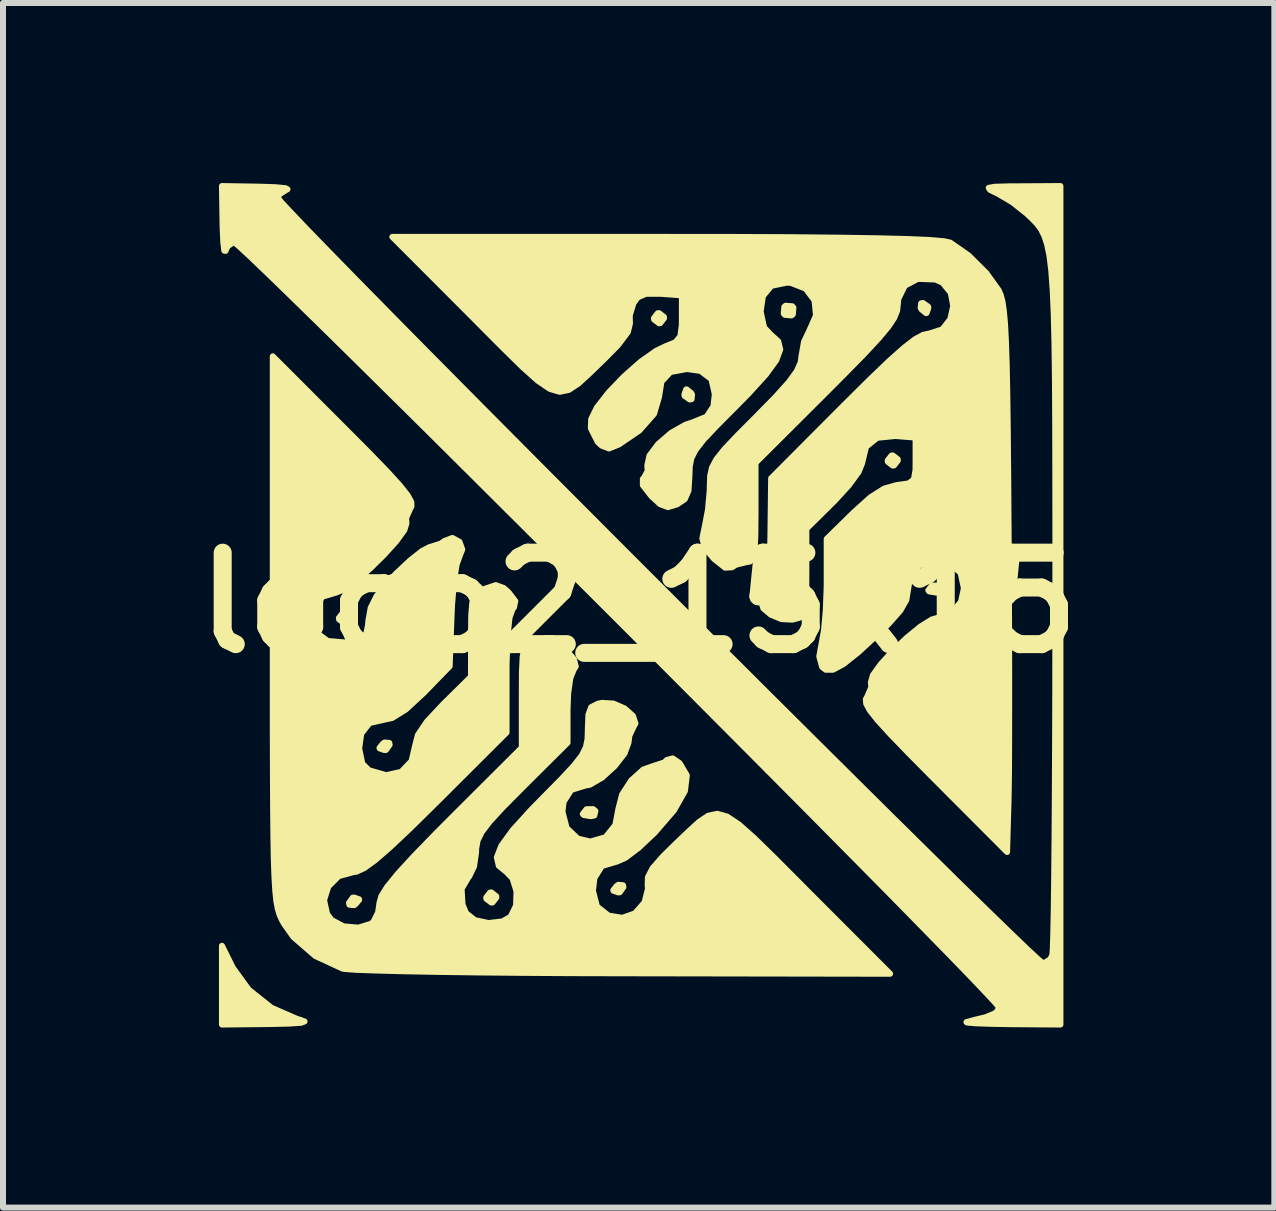
<source format=kicad_pcb>
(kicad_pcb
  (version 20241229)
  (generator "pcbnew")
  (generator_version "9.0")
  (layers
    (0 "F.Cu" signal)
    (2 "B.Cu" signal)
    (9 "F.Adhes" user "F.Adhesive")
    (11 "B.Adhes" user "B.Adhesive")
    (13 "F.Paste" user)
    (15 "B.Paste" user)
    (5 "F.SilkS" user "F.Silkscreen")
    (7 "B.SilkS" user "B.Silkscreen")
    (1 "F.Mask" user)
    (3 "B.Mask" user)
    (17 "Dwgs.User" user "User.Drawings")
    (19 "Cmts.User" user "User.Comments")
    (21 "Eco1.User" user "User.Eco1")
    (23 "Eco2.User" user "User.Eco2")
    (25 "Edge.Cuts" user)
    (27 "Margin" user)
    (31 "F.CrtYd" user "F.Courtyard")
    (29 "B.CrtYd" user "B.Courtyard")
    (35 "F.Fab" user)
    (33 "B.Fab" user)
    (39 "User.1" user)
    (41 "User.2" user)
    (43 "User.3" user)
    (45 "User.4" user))
  (footprint "logo2_15x15"
    (layer "F.Cu")
    (at 7.591 6.993)
    (property "Reference" "logo2_15x15" (at 0 0 0) (layer "F.SilkS") (effects (font (size 1.524 1.524) (thickness 0.3))))
    (attr through_hole)
    (fp_poly (pts (xy -0.721 3.47) (xy -0.739 3.544) (xy -0.799 3.556) (xy -0.915 3.536) (xy -0.931 3.519) (xy -0.869 3.44) (xy -0.758 3.438) (xy -0.721 3.47)) (stroke (width 0.1) (type solid)) (fill yes) (layer "F.SilkS"))
    (fp_poly (pts (xy 5.037 -0.255) (xy 5.018 -0.182) (xy 4.958 -0.169) (xy 4.842 -0.189) (xy 4.826 -0.207) (xy 4.888 -0.286) (xy 5 -0.287) (xy 5.037 -0.255)) (stroke (width 0.1) (type solid)) (fill yes) (layer "F.SilkS"))
    (fp_poly (pts (xy -4.826 0.254) (xy -4.89 0.336) (xy -4.911 0.339) (xy -4.993 0.274) (xy -4.995 0.254) (xy -4.931 0.172) (xy -4.911 0.169) (xy -4.828 0.234) (xy -4.826 0.254)) (stroke (width 0.1) (type solid)) (fill yes) (layer "F.SilkS"))
    (fp_poly (pts (xy -4.657 4.948) (xy -4.716 5.02) (xy -4.741 5.038) (xy -4.819 5.031) (xy -4.826 5) (xy -4.765 4.914) (xy -4.741 4.911) (xy -4.659 4.94) (xy -4.657 4.948)) (stroke (width 0.1) (type solid)) (fill yes) (layer "F.SilkS"))
    (fp_poly (pts (xy -4.149 2.366) (xy -4.21 2.452) (xy -4.233 2.455) (xy -4.316 2.426) (xy -4.318 2.418) (xy -4.259 2.346) (xy -4.233 2.328) (xy -4.155 2.335) (xy -4.149 2.366)) (stroke (width 0.1) (type solid)) (fill yes) (layer "F.SilkS"))
    (fp_poly (pts (xy -2.371 4.911) (xy -2.435 4.993) (xy -2.455 4.995) (xy -2.538 4.931) (xy -2.54 4.911) (xy -2.476 4.828) (xy -2.455 4.826) (xy -2.373 4.89) (xy -2.371 4.911)) (stroke (width 0.1) (type solid)) (fill yes) (layer "F.SilkS"))
    (fp_poly (pts (xy -0.254 4.736) (xy -0.315 4.823) (xy -0.339 4.826) (xy -0.421 4.797) (xy -0.423 4.789) (xy -0.364 4.716) (xy -0.339 4.699) (xy -0.261 4.706) (xy -0.254 4.736)) (stroke (width 0.1) (type solid)) (fill yes) (layer "F.SilkS"))
    (fp_poly (pts (xy 0.423 -4.741) (xy 0.359 -4.659) (xy 0.339 -4.657) (xy 0.256 -4.721) (xy 0.254 -4.741) (xy 0.318 -4.824) (xy 0.339 -4.826) (xy 0.421 -4.762) (xy 0.423 -4.741)) (stroke (width 0.1) (type solid)) (fill yes) (layer "F.SilkS"))
    (fp_poly (pts (xy 0.889 -3.471) (xy 0.882 -3.393) (xy 0.852 -3.387) (xy 0.765 -3.448) (xy 0.762 -3.471) (xy 0.791 -3.554) (xy 0.799 -3.556) (xy 0.872 -3.497) (xy 0.889 -3.471)) (stroke (width 0.1) (type solid)) (fill yes) (layer "F.SilkS"))
    (fp_poly (pts (xy 2.578 -4.918) (xy 2.569 -4.807) (xy 2.547 -4.788) (xy 2.437 -4.797) (xy 2.417 -4.819) (xy 2.426 -4.929) (xy 2.448 -4.949) (xy 2.559 -4.94) (xy 2.578 -4.918)) (stroke (width 0.1) (type solid)) (fill yes) (layer "F.SilkS"))
    (fp_poly (pts (xy 4.318 -2.371) (xy 4.254 -2.288) (xy 4.233 -2.286) (xy 4.151 -2.35) (xy 4.149 -2.371) (xy 4.213 -2.453) (xy 4.233 -2.455) (xy 4.316 -2.391) (xy 4.318 -2.371)) (stroke (width 0.1) (type solid)) (fill yes) (layer "F.SilkS"))
    (fp_poly (pts (xy 4.826 -4.911) (xy 4.797 -4.828) (xy 4.789 -4.826) (xy 4.716 -4.885) (xy 4.699 -4.911) (xy 4.706 -4.989) (xy 4.736 -4.995) (xy 4.823 -4.934) (xy 4.826 -4.911)) (stroke (width 0.1) (type solid)) (fill yes) (layer "F.SilkS"))
    (fp_poly (pts (xy -5.567 6.976) (xy -5.626 6.998) (xy -5.838 7.012) (xy -6.16 7.019) (xy -6.943 7.027) (xy -6.943 6.371) (xy -6.943 5.715) (xy -6.761 6.082) (xy -6.496 6.447) (xy -6.121 6.746) (xy -5.692 6.934) (xy -5.653 6.944) (xy -5.567 6.976)) (stroke (width 0.1) (type solid)) (fill yes) (layer "F.SilkS"))
    (fp_poly (pts (xy 7.027 7.027) (xy 6.202 7.021) (xy 5.863 7.015) (xy 5.609 7.006) (xy 5.472 6.994) (xy 5.461 6.986) (xy 5.602 6.948) (xy 5.779 6.906) (xy 5.947 6.836) (xy 6.011 6.75) (xy 5.953 6.676) (xy 5.783 6.493) (xy 5.513 6.209) (xy 5.15 5.835) (xy 4.706 5.381) (xy 4.189 4.854) (xy 3.608 4.266) (xy 2.975 3.626) (xy 2.297 2.943) (xy 1.584 2.226) (xy 0.847 1.486) (xy 0.095 0.732) (xy -0.664 -0.027) (xy -1.418 -0.78) (xy -2.16 -1.519) (xy -2.878 -2.234) (xy -3.564 -2.916) (xy -4.209 -3.554) (xy -4.802 -4.14) (xy -5.334 -4.663) (xy -5.795 -5.114) (xy -6.176 -5.484) (xy -6.468 -5.764) (xy -6.66 -5.942) (xy -6.744 -6.011) (xy -6.746 -6.011) (xy -6.849 -5.941) (xy -6.884 -5.863) (xy -6.904 -5.867) (xy -6.921 -6.01) (xy -6.932 -6.264) (xy -6.933 -6.329) (xy -6.943 -6.943) (xy -6.329 -6.933) (xy -6.056 -6.924) (xy -5.886 -6.908) (xy -5.851 -6.889) (xy -5.863 -6.884) (xy -5.989 -6.804) (xy -6.011 -6.746) (xy -5.953 -6.672) (xy -5.783 -6.49) (xy -5.513 -6.207) (xy -5.15 -5.833) (xy -4.706 -5.379) (xy -4.189 -4.853) (xy -3.609 -4.265) (xy -2.975 -3.625) (xy -2.297 -2.942) (xy -1.585 -2.226) (xy -0.848 -1.487) (xy -0.096 -0.733) (xy 0.663 0.026) (xy 1.417 0.779) (xy 2.158 1.518) (xy 2.877 2.233) (xy 3.563 2.914) (xy 4.207 3.553) (xy 4.8 4.138) (xy 5.331 4.662) (xy 5.793 5.113) (xy 6.174 5.483) (xy 6.465 5.763) (xy 6.658 5.942) (xy 6.741 6.011) (xy 6.743 6.011) (xy 6.854 5.943) (xy 6.891 5.877) (xy 6.9 5.772) (xy 6.908 5.511) (xy 6.916 5.11) (xy 6.923 4.582) (xy 6.929 3.941) (xy 6.934 3.203) (xy 6.938 2.38) (xy 6.941 1.488) (xy 6.942 0.54) (xy 6.943 0.033) (xy 6.943 -1.125) (xy 6.942 -2.127) (xy 6.94 -2.983) (xy 6.936 -3.707) (xy 6.928 -4.312) (xy 6.916 -4.809) (xy 6.898 -5.211) (xy 6.875 -5.53) (xy 6.845 -5.778) (xy 6.806 -5.969) (xy 6.759 -6.114) (xy 6.703 -6.225) (xy 6.635 -6.316) (xy 6.556 -6.398) (xy 6.465 -6.484) (xy 6.46 -6.488) (xy 6.227 -6.673) (xy 5.983 -6.817) (xy 5.969 -6.823) (xy 5.853 -6.88) (xy 5.833 -6.913) (xy 5.929 -6.931) (xy 6.161 -6.938) (xy 6.371 -6.939) (xy 7.027 -6.943) (xy 7.027 0.042) (xy 7.027 7.027)) (stroke (width 0.1) (type solid)) (fill yes) (layer "F.SilkS"))
    (fp_poly (pts (xy 4.189 6.181) (xy -0.255 6.173) (xy -1.114 6.171) (xy -1.927 6.166) (xy -2.677 6.159) (xy -3.348 6.15) (xy -3.923 6.139) (xy -4.384 6.127) (xy -4.717 6.115) (xy -4.902 6.101) (xy -4.931 6.096) (xy -5.386 5.886) (xy -5.753 5.568) (xy -5.909 5.348) (xy -5.95 5.273) (xy -5.984 5.195) (xy -6.012 5.101) (xy -6.036 4.976) (xy -6.054 4.806) (xy -6.068 4.576) (xy -6.079 4.273) (xy -6.086 3.881) (xy -6.091 3.387) (xy -6.094 2.776) (xy -6.096 2.034) (xy -6.096 1.147) (xy -6.096 0.455) (xy -6.096 -4.106) (xy -4.896 -2.905) (xy -4.483 -2.49) (xy -4.18 -2.176) (xy -3.972 -1.947) (xy -3.846 -1.786) (xy -3.788 -1.678) (xy -3.786 -1.605) (xy -3.804 -1.573) (xy -3.875 -1.412) (xy -3.869 -1.325) (xy -3.904 -1.21) (xy -4.039 -1.024) (xy -4.241 -0.8) (xy -4.476 -0.569) (xy -4.711 -0.365) (xy -4.913 -0.221) (xy -5.044 -0.169) (xy -5.273 -0.1) (xy -5.399 0.098) (xy -5.419 0.261) (xy -5.36 0.505) (xy -5.18 0.637) (xy -4.871 0.663) (xy -4.853 0.662) (xy -4.645 0.633) (xy -4.548 0.558) (xy -4.511 0.384) (xy -4.503 0.296) (xy -4.465 0.085) (xy -4.367 -0.111) (xy -4.181 -0.34) (xy -4.041 -0.487) (xy -3.81 -0.704) (xy -3.609 -0.863) (xy -3.478 -0.931) (xy -3.47 -0.931) (xy -3.292 -0.988) (xy -3.238 -1.029) (xy -3.104 -1.08) (xy -2.986 -1.016) (xy -2.939 -0.889) (xy -2.981 -0.783) (xy -3.033 -0.638) (xy -3.077 -0.357) (xy -3.109 0.028) (xy -3.117 0.2) (xy -3.149 1.058) (xy -3.582 1.503) (xy -3.879 1.778) (xy -4.108 1.92) (xy -4.235 1.947) (xy -4.485 2.004) (xy -4.622 2.18) (xy -4.657 2.427) (xy -4.604 2.681) (xy -4.493 2.791) (xy -4.204 2.873) (xy -3.955 2.816) (xy -3.784 2.638) (xy -3.725 2.383) (xy -3.679 2.204) (xy -3.529 1.981) (xy -3.26 1.693) (xy -2.794 1.233) (xy -2.793 0.553) (xy -2.79 0.214) (xy -2.773 0.004) (xy -2.73 -0.117) (xy -2.651 -0.189) (xy -2.563 -0.233) (xy -2.381 -0.294) (xy -2.248 -0.246) (xy -2.165 -0.171) (xy -2.056 -0.028) (xy -2.078 0.078) (xy -2.099 0.101) (xy -2.152 0.247) (xy -2.186 0.561) (xy -2.201 1.043) (xy -2.201 1.182) (xy -2.201 2.161) (xy -3.367 3.324) (xy -3.802 3.753) (xy -4.138 4.07) (xy -4.39 4.289) (xy -4.573 4.421) (xy -4.703 4.481) (xy -4.75 4.487) (xy -4.999 4.555) (xy -5.17 4.727) (xy -5.242 4.954) (xy -5.191 5.186) (xy -5.116 5.286) (xy -4.918 5.391) (xy -4.67 5.413) (xy -4.458 5.348) (xy -4.42 5.317) (xy -4.341 5.158) (xy -4.318 4.998) (xy -4.288 4.889) (xy -4.191 4.734) (xy -4.014 4.516) (xy -3.744 4.221) (xy -3.368 3.834) (xy -3.133 3.598) (xy -1.947 2.415) (xy -1.947 1.546) (xy -1.945 1.153) (xy -1.933 0.9) (xy -1.907 0.756) (xy -1.861 0.691) (xy -1.795 0.677) (xy -1.618 0.633) (xy -1.557 0.592) (xy -1.442 0.587) (xy -1.257 0.732) (xy -1.228 0.762) (xy -1.077 0.943) (xy -1.048 1.06) (xy -1.084 1.118) (xy -1.139 1.256) (xy -1.175 1.512) (xy -1.185 1.776) (xy -1.185 2.332) (xy -1.947 3.09) (xy -2.267 3.413) (xy -2.483 3.648) (xy -2.615 3.821) (xy -2.684 3.962) (xy -2.708 4.097) (xy -2.709 4.158) (xy -2.743 4.394) (xy -2.824 4.561) (xy -2.836 4.572) (xy -2.95 4.767) (xy -2.935 5.027) (xy -2.876 5.17) (xy -2.73 5.287) (xy -2.503 5.336) (xy -2.27 5.309) (xy -2.134 5.232) (xy -2.043 5.046) (xy -2.035 4.807) (xy -2.103 4.59) (xy -2.201 4.487) (xy -2.331 4.381) (xy -2.363 4.241) (xy -2.289 4.05) (xy -2.102 3.792) (xy -1.794 3.452) (xy -1.606 3.26) (xy -1.292 2.942) (xy -1.08 2.714) (xy -0.948 2.545) (xy -0.879 2.406) (xy -0.851 2.267) (xy -0.847 2.105) (xy -0.837 1.863) (xy -0.791 1.739) (xy -0.681 1.683) (xy -0.614 1.668) (xy -0.42 1.679) (xy -0.232 1.762) (xy -0.095 1.884) (xy -0.054 2.01) (xy -0.084 2.065) (xy -0.155 2.215) (xy -0.169 2.329) (xy -0.235 2.51) (xy -0.399 2.721) (xy -0.608 2.912) (xy -0.813 3.031) (xy -0.897 3.048) (xy -1.124 3.118) (xy -1.25 3.316) (xy -1.27 3.482) (xy -1.2 3.752) (xy -1.015 3.929) (xy -0.804 3.979) (xy -0.552 3.906) (xy -0.389 3.704) (xy -0.339 3.439) (xy -0.277 3.197) (xy -0.123 2.959) (xy 0.078 2.778) (xy 0.275 2.709) (xy 0.428 2.66) (xy 0.469 2.619) (xy 0.567 2.593) (xy 0.682 2.671) (xy 0.802 2.875) (xy 0.771 3.136) (xy 0.589 3.458) (xy 0.267 3.831) (xy 0.002 4.081) (xy -0.224 4.252) (xy -0.378 4.318) (xy -0.383 4.318) (xy -0.612 4.385) (xy -0.737 4.585) (xy -0.762 4.798) (xy -0.695 5.06) (xy -0.502 5.212) (xy -0.273 5.249) (xy -0.061 5.175) (xy 0.098 4.992) (xy 0.156 4.762) (xy 0.15 4.708) (xy 0.154 4.573) (xy 0.231 4.423) (xy 0.405 4.224) (xy 0.584 4.048) (xy 0.819 3.822) (xy 1.003 3.653) (xy 1.16 3.548) (xy 1.309 3.516) (xy 1.472 3.561) (xy 1.67 3.693) (xy 1.923 3.917) (xy 2.254 4.241) (xy 2.682 4.671) (xy 2.801 4.791) (xy 4.189 6.181)) (stroke (width 0.1) (type solid)) (fill yes) (layer "F.SilkS"))
    (fp_poly (pts (xy 6.173 1.763) (xy 6.172 2.354) (xy 6.17 2.833) (xy 6.165 3.176) (xy 6.163 3.282) (xy 6.138 4.152) (xy 4.917 2.928) (xy 4.501 2.508) (xy 4.193 2.189) (xy 3.981 1.956) (xy 3.851 1.792) (xy 3.791 1.681) (xy 3.785 1.607) (xy 3.805 1.573) (xy 3.875 1.412) (xy 3.869 1.325) (xy 3.903 1.206) (xy 4.037 1.02) (xy 4.238 0.8) (xy 4.469 0.581) (xy 4.697 0.395) (xy 4.886 0.278) (xy 4.971 0.254) (xy 5.21 0.179) (xy 5.371 -0.018) (xy 5.419 -0.243) (xy 5.363 -0.502) (xy 5.19 -0.643) (xy 4.953 -0.677) (xy 4.678 -0.627) (xy 4.528 -0.467) (xy 4.487 -0.213) (xy 4.46 -0.047) (xy 4.361 0.128) (xy 4.167 0.348) (xy 4 0.511) (xy 3.659 0.825) (xy 3.41 1.023) (xy 3.236 1.116) (xy 3.116 1.116) (xy 3.057 1.069) (xy 3.009 0.894) (xy 3.05 0.671) (xy 3.089 0.45) (xy 3.118 0.122) (xy 3.132 -0.251) (xy 3.133 -0.341) (xy 3.133 -1.064) (xy 3.577 -1.5) (xy 3.863 -1.758) (xy 4.092 -1.903) (xy 4.304 -1.962) (xy 4.318 -1.963) (xy 4.5 -1.989) (xy 4.586 -2.055) (xy 4.613 -2.212) (xy 4.614 -2.371) (xy 4.614 -2.752) (xy 4.279 -2.779) (xy 3.974 -2.749) (xy 3.789 -2.6) (xy 3.725 -2.334) (xy 3.725 -2.33) (xy 3.665 -2.18) (xy 3.502 -1.957) (xy 3.264 -1.697) (xy 3.26 -1.693) (xy 2.794 -1.233) (xy 2.794 -0.5) (xy 2.792 -0.147) (xy 2.78 0.072) (xy 2.746 0.193) (xy 2.681 0.249) (xy 2.574 0.278) (xy 2.561 0.281) (xy 2.379 0.272) (xy 2.203 0.199) (xy 2.077 0.093) (xy 2.044 -0.014) (xy 2.086 -0.066) (xy 2.134 -0.183) (xy 2.169 -0.457) (xy 2.19 -0.876) (xy 2.195 -1.101) (xy 2.207 -2.074) (xy 3.41 -3.281) (xy 3.84 -3.708) (xy 4.171 -4.026) (xy 4.421 -4.249) (xy 4.605 -4.391) (xy 4.742 -4.465) (xy 4.847 -4.487) (xy 4.848 -4.487) (xy 5.059 -4.555) (xy 5.192 -4.725) (xy 5.241 -4.945) (xy 5.2 -5.165) (xy 5.064 -5.333) (xy 4.945 -5.386) (xy 4.65 -5.397) (xy 4.433 -5.282) (xy 4.325 -5.06) (xy 4.318 -4.975) (xy 4.306 -4.866) (xy 4.259 -4.748) (xy 4.162 -4.601) (xy 3.999 -4.406) (xy 3.756 -4.144) (xy 3.415 -3.797) (xy 3.133 -3.514) (xy 1.947 -2.331) (xy 1.947 -1.504) (xy 1.944 -1.122) (xy 1.932 -0.879) (xy 1.903 -0.744) (xy 1.854 -0.687) (xy 1.795 -0.677) (xy 1.618 -0.633) (xy 1.557 -0.592) (xy 1.441 -0.585) (xy 1.258 -0.73) (xy 1.245 -0.744) (xy 1.099 -0.921) (xy 1.061 -1.074) (xy 1.102 -1.273) (xy 1.155 -1.551) (xy 1.184 -1.874) (xy 1.185 -1.949) (xy 1.191 -2.113) (xy 1.221 -2.25) (xy 1.294 -2.389) (xy 1.431 -2.561) (xy 1.652 -2.794) (xy 1.947 -3.09) (xy 2.278 -3.427) (xy 2.501 -3.675) (xy 2.635 -3.859) (xy 2.699 -4.005) (xy 2.712 -4.105) (xy 2.755 -4.349) (xy 2.839 -4.525) (xy 2.955 -4.787) (xy 2.93 -5.038) (xy 2.783 -5.233) (xy 2.536 -5.33) (xy 2.466 -5.334) (xy 2.21 -5.28) (xy 2.07 -5.11) (xy 2.032 -4.852) (xy 2.09 -4.585) (xy 2.201 -4.468) (xy 2.325 -4.357) (xy 2.359 -4.221) (xy 2.293 -4.041) (xy 2.118 -3.801) (xy 1.827 -3.481) (xy 1.609 -3.26) (xy 1.294 -2.943) (xy 1.08 -2.716) (xy 0.948 -2.547) (xy 0.878 -2.409) (xy 0.851 -2.27) (xy 0.846 -2.118) (xy 0.83 -1.867) (xy 0.768 -1.726) (xy 0.64 -1.64) (xy 0.487 -1.594) (xy 0.357 -1.643) (xy 0.21 -1.779) (xy 0.07 -1.959) (xy 0.07 -2.063) (xy 0.085 -2.075) (xy 0.15 -2.197) (xy 0.144 -2.288) (xy 0.179 -2.45) (xy 0.325 -2.644) (xy 0.54 -2.83) (xy 0.781 -2.967) (xy 0.888 -3.002) (xy 1.132 -3.1) (xy 1.246 -3.272) (xy 1.269 -3.476) (xy 1.212 -3.726) (xy 1.032 -3.863) (xy 0.804 -3.895) (xy 0.53 -3.845) (xy 0.38 -3.685) (xy 0.339 -3.428) (xy 0.256 -3.147) (xy 0.012 -2.87) (xy -0.329 -2.638) (xy -0.494 -2.571) (xy -0.618 -2.619) (xy -0.683 -2.68) (xy -0.797 -2.908) (xy -0.791 -3.059) (xy -0.697 -3.252) (xy -0.502 -3.502) (xy -0.246 -3.769) (xy 0.031 -4.014) (xy 0.291 -4.198) (xy 0.442 -4.271) (xy 0.614 -4.341) (xy 0.695 -4.441) (xy 0.719 -4.63) (xy 0.72 -4.741) (xy 0.72 -5.122) (xy 0.365 -5.148) (xy 0.122 -5.148) (xy -0.015 -5.09) (xy -0.087 -4.991) (xy -0.149 -4.787) (xy -0.145 -4.656) (xy -0.18 -4.51) (xy -0.347 -4.289) (xy -0.582 -4.051) (xy -0.82 -3.821) (xy -1.007 -3.65) (xy -1.165 -3.546) (xy -1.316 -3.515) (xy -1.481 -3.564) (xy -1.681 -3.7) (xy -1.938 -3.93) (xy -2.274 -4.261) (xy -2.711 -4.7) (xy -2.759 -4.749) (xy -4.104 -6.096) (xy 0.451 -6.096) (xy 1.573 -6.095) (xy 2.531 -6.091) (xy 3.332 -6.083) (xy 3.982 -6.073) (xy 4.487 -6.06) (xy 4.853 -6.044) (xy 5.086 -6.024) (xy 5.191 -6.001) (xy 5.495 -5.789) (xy 5.792 -5.494) (xy 5.998 -5.207) (xy 6.032 -5.129) (xy 6.061 -5.021) (xy 6.084 -4.866) (xy 6.104 -4.65) (xy 6.119 -4.357) (xy 6.132 -3.97) (xy 6.142 -3.475) (xy 6.15 -2.857) (xy 6.157 -2.098) (xy 6.163 -1.27) (xy 6.168 -0.458) (xy 6.171 0.334) (xy 6.173 1.081) (xy 6.173 1.763)) (stroke (width 0.1) (type solid)) (fill yes) (layer "F.SilkS")))
  (gr_rect
    (start -3 -3)
    (end 18.182 17.07)
    (stroke (width 0.1) (type default))
    (fill no)
    (layer "Edge.Cuts")))
</source>
